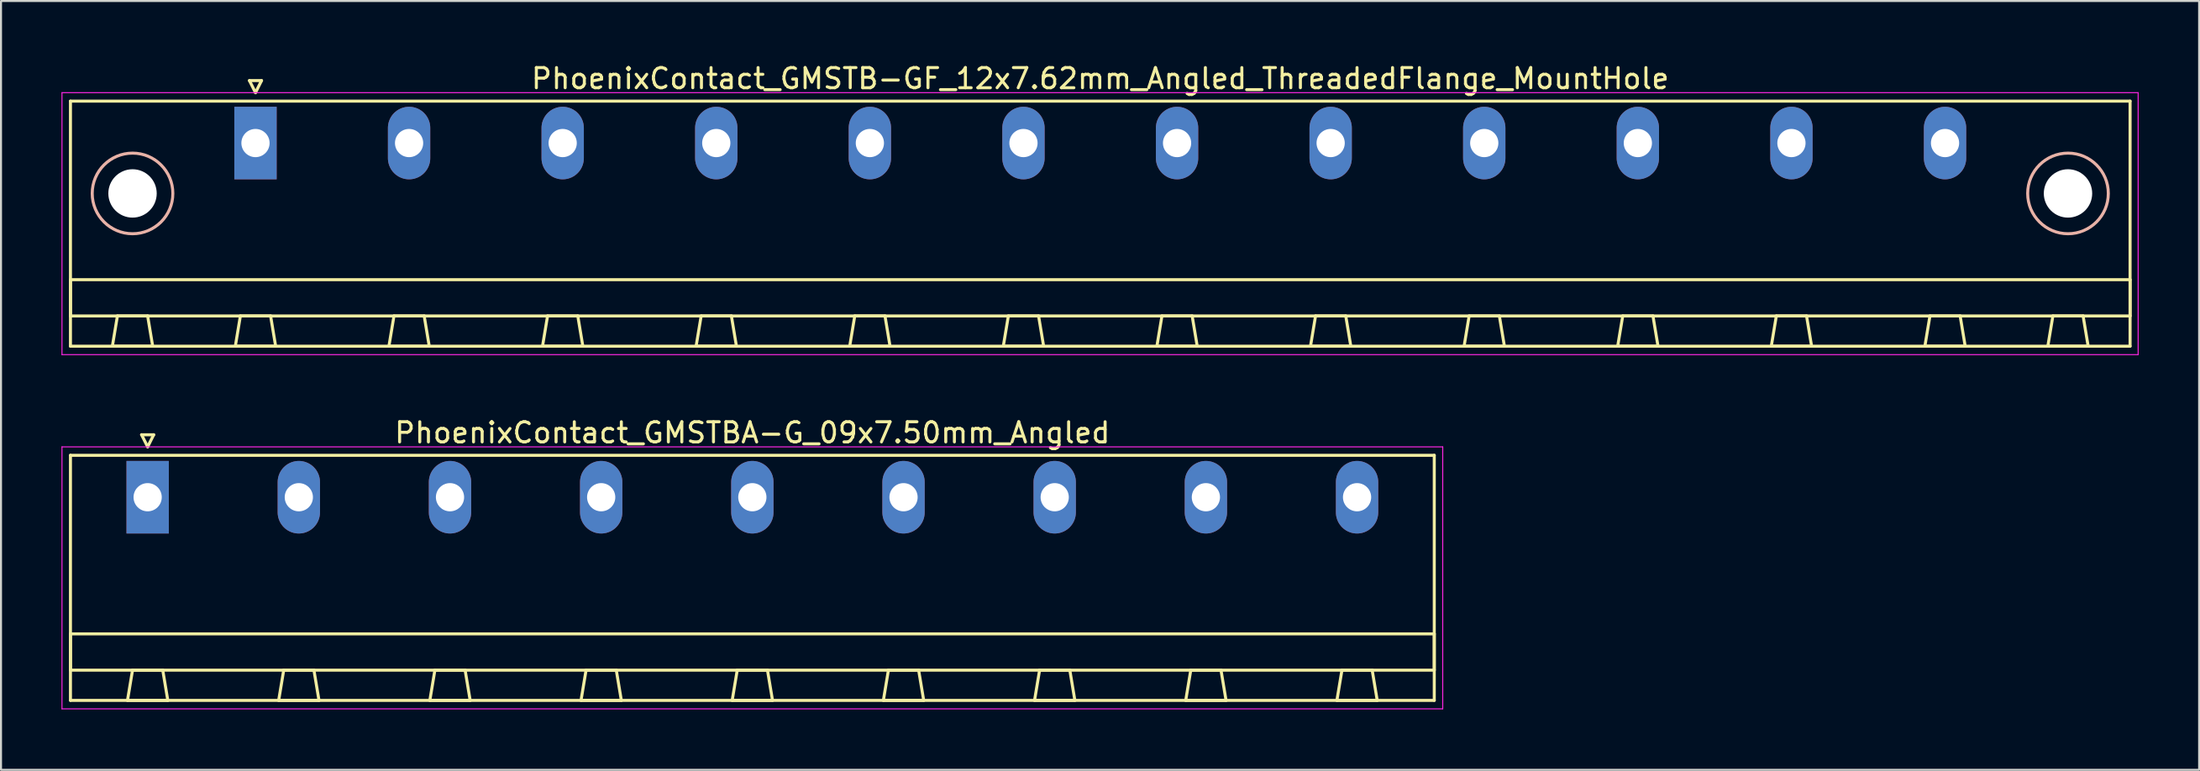
<source format=kicad_pcb>
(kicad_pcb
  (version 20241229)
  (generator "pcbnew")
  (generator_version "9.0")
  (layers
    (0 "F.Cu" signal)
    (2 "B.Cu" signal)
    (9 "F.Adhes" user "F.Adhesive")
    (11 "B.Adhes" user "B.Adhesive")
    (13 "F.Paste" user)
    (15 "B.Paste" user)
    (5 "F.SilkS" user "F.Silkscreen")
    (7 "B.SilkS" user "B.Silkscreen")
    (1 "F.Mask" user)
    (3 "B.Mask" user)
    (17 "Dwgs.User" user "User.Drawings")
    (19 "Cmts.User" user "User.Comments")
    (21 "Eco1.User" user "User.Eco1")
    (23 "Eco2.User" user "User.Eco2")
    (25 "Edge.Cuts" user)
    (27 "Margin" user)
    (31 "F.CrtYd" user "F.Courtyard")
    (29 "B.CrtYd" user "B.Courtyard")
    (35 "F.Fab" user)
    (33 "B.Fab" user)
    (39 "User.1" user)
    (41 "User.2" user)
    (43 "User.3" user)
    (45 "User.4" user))
  (footprint "PhoenixContact_GMSTB-GF_12x7.62mm_Angled_ThreadedFlange_MountHole"
    (layer "F.Cu")
    (at 9.625 4.048)
    (property "Reference" "PhoenixContact_GMSTB-GF_12x7.62mm_Angled_ThreadedFlange_MountHole" (at 41.91 -3.2 0) (layer "F.SilkS") (effects (font (size 1 1) (thickness 0.15))))
    (attr through_hole)
    (fp_line (start -9.18 -2.08) (end -9.18 10.08) (stroke (width 0.15) (type solid)) (layer "F.SilkS"))
    (fp_line (start -9.18 6.78) (end 93 6.78) (stroke (width 0.15) (type solid)) (layer "F.SilkS"))
    (fp_line (start -9.18 8.58) (end -9.18 6.78) (stroke (width 0.15) (type solid)) (layer "F.SilkS"))
    (fp_line (start -9.18 10.08) (end 93 10.08) (stroke (width 0.15) (type solid)) (layer "F.SilkS"))
    (fp_line (start -7.1 10.08) (end -5.1 10.08) (stroke (width 0.15) (type solid)) (layer "F.SilkS"))
    (fp_line (start -6.85 8.58) (end -7.1 10.08) (stroke (width 0.15) (type solid)) (layer "F.SilkS"))
    (fp_line (start -5.35 8.58) (end -6.85 8.58) (stroke (width 0.15) (type solid)) (layer "F.SilkS"))
    (fp_line (start -5.1 10.08) (end -5.35 8.58) (stroke (width 0.15) (type solid)) (layer "F.SilkS"))
    (fp_line (start -1 10.08) (end 1 10.08) (stroke (width 0.15) (type solid)) (layer "F.SilkS"))
    (fp_line (start -0.75 8.58) (end -1 10.08) (stroke (width 0.15) (type solid)) (layer "F.SilkS"))
    (fp_line (start -0.3 -3.1) (end 0 -2.5) (stroke (width 0.15) (type solid)) (layer "F.SilkS"))
    (fp_line (start 0 -2.5) (end 0.3 -3.1) (stroke (width 0.15) (type solid)) (layer "F.SilkS"))
    (fp_line (start 0.3 -3.1) (end -0.3 -3.1) (stroke (width 0.15) (type solid)) (layer "F.SilkS"))
    (fp_line (start 0.75 8.58) (end -0.75 8.58) (stroke (width 0.15) (type solid)) (layer "F.SilkS"))
    (fp_line (start 1 10.08) (end 0.75 8.58) (stroke (width 0.15) (type solid)) (layer "F.SilkS"))
    (fp_line (start 6.62 10.08) (end 8.62 10.08) (stroke (width 0.15) (type solid)) (layer "F.SilkS"))
    (fp_line (start 6.87 8.58) (end 6.62 10.08) (stroke (width 0.15) (type solid)) (layer "F.SilkS"))
    (fp_line (start 8.37 8.58) (end 6.87 8.58) (stroke (width 0.15) (type solid)) (layer "F.SilkS"))
    (fp_line (start 8.62 10.08) (end 8.37 8.58) (stroke (width 0.15) (type solid)) (layer "F.SilkS"))
    (fp_line (start 14.24 10.08) (end 16.24 10.08) (stroke (width 0.15) (type solid)) (layer "F.SilkS"))
    (fp_line (start 14.49 8.58) (end 14.24 10.08) (stroke (width 0.15) (type solid)) (layer "F.SilkS"))
    (fp_line (start 15.99 8.58) (end 14.49 8.58) (stroke (width 0.15) (type solid)) (layer "F.SilkS"))
    (fp_line (start 16.24 10.08) (end 15.99 8.58) (stroke (width 0.15) (type solid)) (layer "F.SilkS"))
    (fp_line (start 21.86 10.08) (end 23.86 10.08) (stroke (width 0.15) (type solid)) (layer "F.SilkS"))
    (fp_line (start 22.11 8.58) (end 21.86 10.08) (stroke (width 0.15) (type solid)) (layer "F.SilkS"))
    (fp_line (start 23.61 8.58) (end 22.11 8.58) (stroke (width 0.15) (type solid)) (layer "F.SilkS"))
    (fp_line (start 23.86 10.08) (end 23.61 8.58) (stroke (width 0.15) (type solid)) (layer "F.SilkS"))
    (fp_line (start 29.48 10.08) (end 31.48 10.08) (stroke (width 0.15) (type solid)) (layer "F.SilkS"))
    (fp_line (start 29.73 8.58) (end 29.48 10.08) (stroke (width 0.15) (type solid)) (layer "F.SilkS"))
    (fp_line (start 31.23 8.58) (end 29.73 8.58) (stroke (width 0.15) (type solid)) (layer "F.SilkS"))
    (fp_line (start 31.48 10.08) (end 31.23 8.58) (stroke (width 0.15) (type solid)) (layer "F.SilkS"))
    (fp_line (start 37.1 10.08) (end 39.1 10.08) (stroke (width 0.15) (type solid)) (layer "F.SilkS"))
    (fp_line (start 37.35 8.58) (end 37.1 10.08) (stroke (width 0.15) (type solid)) (layer "F.SilkS"))
    (fp_line (start 38.85 8.58) (end 37.35 8.58) (stroke (width 0.15) (type solid)) (layer "F.SilkS"))
    (fp_line (start 39.1 10.08) (end 38.85 8.58) (stroke (width 0.15) (type solid)) (layer "F.SilkS"))
    (fp_line (start 44.72 10.08) (end 46.72 10.08) (stroke (width 0.15) (type solid)) (layer "F.SilkS"))
    (fp_line (start 44.97 8.58) (end 44.72 10.08) (stroke (width 0.15) (type solid)) (layer "F.SilkS"))
    (fp_line (start 46.47 8.58) (end 44.97 8.58) (stroke (width 0.15) (type solid)) (layer "F.SilkS"))
    (fp_line (start 46.72 10.08) (end 46.47 8.58) (stroke (width 0.15) (type solid)) (layer "F.SilkS"))
    (fp_line (start 52.34 10.08) (end 54.34 10.08) (stroke (width 0.15) (type solid)) (layer "F.SilkS"))
    (fp_line (start 52.59 8.58) (end 52.34 10.08) (stroke (width 0.15) (type solid)) (layer "F.SilkS"))
    (fp_line (start 54.09 8.58) (end 52.59 8.58) (stroke (width 0.15) (type solid)) (layer "F.SilkS"))
    (fp_line (start 54.34 10.08) (end 54.09 8.58) (stroke (width 0.15) (type solid)) (layer "F.SilkS"))
    (fp_line (start 59.96 10.08) (end 61.96 10.08) (stroke (width 0.15) (type solid)) (layer "F.SilkS"))
    (fp_line (start 60.21 8.58) (end 59.96 10.08) (stroke (width 0.15) (type solid)) (layer "F.SilkS"))
    (fp_line (start 61.71 8.58) (end 60.21 8.58) (stroke (width 0.15) (type solid)) (layer "F.SilkS"))
    (fp_line (start 61.96 10.08) (end 61.71 8.58) (stroke (width 0.15) (type solid)) (layer "F.SilkS"))
    (fp_line (start 67.58 10.08) (end 69.58 10.08) (stroke (width 0.15) (type solid)) (layer "F.SilkS"))
    (fp_line (start 67.83 8.58) (end 67.58 10.08) (stroke (width 0.15) (type solid)) (layer "F.SilkS"))
    (fp_line (start 69.33 8.58) (end 67.83 8.58) (stroke (width 0.15) (type solid)) (layer "F.SilkS"))
    (fp_line (start 69.58 10.08) (end 69.33 8.58) (stroke (width 0.15) (type solid)) (layer "F.SilkS"))
    (fp_line (start 75.2 10.08) (end 77.2 10.08) (stroke (width 0.15) (type solid)) (layer "F.SilkS"))
    (fp_line (start 75.45 8.58) (end 75.2 10.08) (stroke (width 0.15) (type solid)) (layer "F.SilkS"))
    (fp_line (start 76.95 8.58) (end 75.45 8.58) (stroke (width 0.15) (type solid)) (layer "F.SilkS"))
    (fp_line (start 77.2 10.08) (end 76.95 8.58) (stroke (width 0.15) (type solid)) (layer "F.SilkS"))
    (fp_line (start 82.82 10.08) (end 84.82 10.08) (stroke (width 0.15) (type solid)) (layer "F.SilkS"))
    (fp_line (start 83.07 8.58) (end 82.82 10.08) (stroke (width 0.15) (type solid)) (layer "F.SilkS"))
    (fp_line (start 84.57 8.58) (end 83.07 8.58) (stroke (width 0.15) (type solid)) (layer "F.SilkS"))
    (fp_line (start 84.82 10.08) (end 84.57 8.58) (stroke (width 0.15) (type solid)) (layer "F.SilkS"))
    (fp_line (start 88.92 10.08) (end 90.92 10.08) (stroke (width 0.15) (type solid)) (layer "F.SilkS"))
    (fp_line (start 89.17 8.58) (end 88.92 10.08) (stroke (width 0.15) (type solid)) (layer "F.SilkS"))
    (fp_line (start 90.67 8.58) (end 89.17 8.58) (stroke (width 0.15) (type solid)) (layer "F.SilkS"))
    (fp_line (start 90.92 10.08) (end 90.67 8.58) (stroke (width 0.15) (type solid)) (layer "F.SilkS"))
    (fp_line (start 93 -2.08) (end -9.18 -2.08) (stroke (width 0.15) (type solid)) (layer "F.SilkS"))
    (fp_line (start 93 6.78) (end 93 8.58) (stroke (width 0.15) (type solid)) (layer "F.SilkS"))
    (fp_line (start 93 8.58) (end -9.18 8.58) (stroke (width 0.15) (type solid)) (layer "F.SilkS"))
    (fp_line (start 93 10.08) (end 93 -2.08) (stroke (width 0.15) (type solid)) (layer "F.SilkS"))
    (fp_circle (center -6.1 2.5) (end -4.1 2.5) (stroke (width 0.15) (type solid)) (fill no) (layer "B.SilkS"))
    (fp_circle (center 89.92 2.5) (end 91.92 2.5) (stroke (width 0.15) (type solid)) (fill no) (layer "B.SilkS"))
    (fp_line (start -9.6 -2.5) (end -9.6 10.5) (stroke (width 0.05) (type solid)) (layer "F.CrtYd"))
    (fp_line (start -9.6 10.5) (end 93.4 10.5) (stroke (width 0.05) (type solid)) (layer "F.CrtYd"))
    (fp_line (start 93.4 -2.5) (end -9.6 -2.5) (stroke (width 0.05) (type solid)) (layer "F.CrtYd"))
    (fp_line (start 93.4 10.5) (end 93.4 -2.5) (stroke (width 0.05) (type solid)) (layer "F.CrtYd"))
    (pad "" np_thru_hole circle (at -6.1 2.5) (size 2.4 2.4) (drill 2.4) (layers "*.Cu" "*.Mask"))
    (pad "" np_thru_hole circle (at 89.92 2.5) (size 2.4 2.4) (drill 2.4) (layers "*.Cu" "*.Mask"))
    (pad "1" thru_hole rect (at 0 0) (size 2.1 3.6) (drill 1.4) (layers "*.Cu" "*.Mask"))
    (pad "2" thru_hole oval (at 7.62 0) (size 2.1 3.6) (drill 1.4) (layers "*.Cu" "*.Mask"))
    (pad "3" thru_hole oval (at 15.24 0) (size 2.1 3.6) (drill 1.4) (layers "*.Cu" "*.Mask"))
    (pad "4" thru_hole oval (at 22.86 0) (size 2.1 3.6) (drill 1.4) (layers "*.Cu" "*.Mask"))
    (pad "5" thru_hole oval (at 30.48 0) (size 2.1 3.6) (drill 1.4) (layers "*.Cu" "*.Mask"))
    (pad "6" thru_hole oval (at 38.1 0) (size 2.1 3.6) (drill 1.4) (layers "*.Cu" "*.Mask"))
    (pad "7" thru_hole oval (at 45.72 0) (size 2.1 3.6) (drill 1.4) (layers "*.Cu" "*.Mask"))
    (pad "8" thru_hole oval (at 53.34 0) (size 2.1 3.6) (drill 1.4) (layers "*.Cu" "*.Mask"))
    (pad "9" thru_hole oval (at 60.96 0) (size 2.1 3.6) (drill 1.4) (layers "*.Cu" "*.Mask"))
    (pad "10" thru_hole oval (at 68.58 0) (size 2.1 3.6) (drill 1.4) (layers "*.Cu" "*.Mask"))
    (pad "11" thru_hole oval (at 76.2 0) (size 2.1 3.6) (drill 1.4) (layers "*.Cu" "*.Mask"))
    (pad "12" thru_hole oval (at 83.82 0) (size 2.1 3.6) (drill 1.4) (layers "*.Cu" "*.Mask")))
  (footprint "PhoenixContact_GMSTBA-G_09x7.50mm_Angled"
    (layer "F.Cu")
    (at 4.275 21.622)
    (property "Reference" "PhoenixContact_GMSTBA-G_09x7.50mm_Angled" (at 30 -3.2 0) (layer "F.SilkS") (effects (font (size 1 1) (thickness 0.15))))
    (attr through_hole)
    (fp_line (start -3.83 -2.08) (end -3.83 10.08) (stroke (width 0.15) (type solid)) (layer "F.SilkS"))
    (fp_line (start -3.83 6.78) (end 63.83 6.78) (stroke (width 0.15) (type solid)) (layer "F.SilkS"))
    (fp_line (start -3.83 8.58) (end -3.83 6.78) (stroke (width 0.15) (type solid)) (layer "F.SilkS"))
    (fp_line (start -3.83 10.08) (end 63.83 10.08) (stroke (width 0.15) (type solid)) (layer "F.SilkS"))
    (fp_line (start -1 10.08) (end 1 10.08) (stroke (width 0.15) (type solid)) (layer "F.SilkS"))
    (fp_line (start -0.75 8.58) (end -1 10.08) (stroke (width 0.15) (type solid)) (layer "F.SilkS"))
    (fp_line (start -0.3 -3.1) (end 0 -2.5) (stroke (width 0.15) (type solid)) (layer "F.SilkS"))
    (fp_line (start 0 -2.5) (end 0.3 -3.1) (stroke (width 0.15) (type solid)) (layer "F.SilkS"))
    (fp_line (start 0.3 -3.1) (end -0.3 -3.1) (stroke (width 0.15) (type solid)) (layer "F.SilkS"))
    (fp_line (start 0.75 8.58) (end -0.75 8.58) (stroke (width 0.15) (type solid)) (layer "F.SilkS"))
    (fp_line (start 1 10.08) (end 0.75 8.58) (stroke (width 0.15) (type solid)) (layer "F.SilkS"))
    (fp_line (start 6.5 10.08) (end 8.5 10.08) (stroke (width 0.15) (type solid)) (layer "F.SilkS"))
    (fp_line (start 6.75 8.58) (end 6.5 10.08) (stroke (width 0.15) (type solid)) (layer "F.SilkS"))
    (fp_line (start 8.25 8.58) (end 6.75 8.58) (stroke (width 0.15) (type solid)) (layer "F.SilkS"))
    (fp_line (start 8.5 10.08) (end 8.25 8.58) (stroke (width 0.15) (type solid)) (layer "F.SilkS"))
    (fp_line (start 14 10.08) (end 16 10.08) (stroke (width 0.15) (type solid)) (layer "F.SilkS"))
    (fp_line (start 14.25 8.58) (end 14 10.08) (stroke (width 0.15) (type solid)) (layer "F.SilkS"))
    (fp_line (start 15.75 8.58) (end 14.25 8.58) (stroke (width 0.15) (type solid)) (layer "F.SilkS"))
    (fp_line (start 16 10.08) (end 15.75 8.58) (stroke (width 0.15) (type solid)) (layer "F.SilkS"))
    (fp_line (start 21.5 10.08) (end 23.5 10.08) (stroke (width 0.15) (type solid)) (layer "F.SilkS"))
    (fp_line (start 21.75 8.58) (end 21.5 10.08) (stroke (width 0.15) (type solid)) (layer "F.SilkS"))
    (fp_line (start 23.25 8.58) (end 21.75 8.58) (stroke (width 0.15) (type solid)) (layer "F.SilkS"))
    (fp_line (start 23.5 10.08) (end 23.25 8.58) (stroke (width 0.15) (type solid)) (layer "F.SilkS"))
    (fp_line (start 29 10.08) (end 31 10.08) (stroke (width 0.15) (type solid)) (layer "F.SilkS"))
    (fp_line (start 29.25 8.58) (end 29 10.08) (stroke (width 0.15) (type solid)) (layer "F.SilkS"))
    (fp_line (start 30.75 8.58) (end 29.25 8.58) (stroke (width 0.15) (type solid)) (layer "F.SilkS"))
    (fp_line (start 31 10.08) (end 30.75 8.58) (stroke (width 0.15) (type solid)) (layer "F.SilkS"))
    (fp_line (start 36.5 10.08) (end 38.5 10.08) (stroke (width 0.15) (type solid)) (layer "F.SilkS"))
    (fp_line (start 36.75 8.58) (end 36.5 10.08) (stroke (width 0.15) (type solid)) (layer "F.SilkS"))
    (fp_line (start 38.25 8.58) (end 36.75 8.58) (stroke (width 0.15) (type solid)) (layer "F.SilkS"))
    (fp_line (start 38.5 10.08) (end 38.25 8.58) (stroke (width 0.15) (type solid)) (layer "F.SilkS"))
    (fp_line (start 44 10.08) (end 46 10.08) (stroke (width 0.15) (type solid)) (layer "F.SilkS"))
    (fp_line (start 44.25 8.58) (end 44 10.08) (stroke (width 0.15) (type solid)) (layer "F.SilkS"))
    (fp_line (start 45.75 8.58) (end 44.25 8.58) (stroke (width 0.15) (type solid)) (layer "F.SilkS"))
    (fp_line (start 46 10.08) (end 45.75 8.58) (stroke (width 0.15) (type solid)) (layer "F.SilkS"))
    (fp_line (start 51.5 10.08) (end 53.5 10.08) (stroke (width 0.15) (type solid)) (layer "F.SilkS"))
    (fp_line (start 51.75 8.58) (end 51.5 10.08) (stroke (width 0.15) (type solid)) (layer "F.SilkS"))
    (fp_line (start 53.25 8.58) (end 51.75 8.58) (stroke (width 0.15) (type solid)) (layer "F.SilkS"))
    (fp_line (start 53.5 10.08) (end 53.25 8.58) (stroke (width 0.15) (type solid)) (layer "F.SilkS"))
    (fp_line (start 59 10.08) (end 61 10.08) (stroke (width 0.15) (type solid)) (layer "F.SilkS"))
    (fp_line (start 59.25 8.58) (end 59 10.08) (stroke (width 0.15) (type solid)) (layer "F.SilkS"))
    (fp_line (start 60.75 8.58) (end 59.25 8.58) (stroke (width 0.15) (type solid)) (layer "F.SilkS"))
    (fp_line (start 61 10.08) (end 60.75 8.58) (stroke (width 0.15) (type solid)) (layer "F.SilkS"))
    (fp_line (start 63.83 -2.08) (end -3.83 -2.08) (stroke (width 0.15) (type solid)) (layer "F.SilkS"))
    (fp_line (start 63.83 6.78) (end 63.83 8.58) (stroke (width 0.15) (type solid)) (layer "F.SilkS"))
    (fp_line (start 63.83 8.58) (end -3.83 8.58) (stroke (width 0.15) (type solid)) (layer "F.SilkS"))
    (fp_line (start 63.83 10.08) (end 63.83 -2.08) (stroke (width 0.15) (type solid)) (layer "F.SilkS"))
    (fp_line (start -4.25 -2.5) (end -4.25 10.5) (stroke (width 0.05) (type solid)) (layer "F.CrtYd"))
    (fp_line (start -4.25 10.5) (end 64.25 10.5) (stroke (width 0.05) (type solid)) (layer "F.CrtYd"))
    (fp_line (start 64.25 -2.5) (end -4.25 -2.5) (stroke (width 0.05) (type solid)) (layer "F.CrtYd"))
    (fp_line (start 64.25 10.5) (end 64.25 -2.5) (stroke (width 0.05) (type solid)) (layer "F.CrtYd"))
    (pad "1" thru_hole rect (at 0 0) (size 2.1 3.6) (drill 1.4) (layers "*.Cu" "*.Mask"))
    (pad "2" thru_hole oval (at 7.5 0) (size 2.1 3.6) (drill 1.4) (layers "*.Cu" "*.Mask"))
    (pad "3" thru_hole oval (at 15 0) (size 2.1 3.6) (drill 1.4) (layers "*.Cu" "*.Mask"))
    (pad "4" thru_hole oval (at 22.5 0) (size 2.1 3.6) (drill 1.4) (layers "*.Cu" "*.Mask"))
    (pad "5" thru_hole oval (at 30 0) (size 2.1 3.6) (drill 1.4) (layers "*.Cu" "*.Mask"))
    (pad "6" thru_hole oval (at 37.5 0) (size 2.1 3.6) (drill 1.4) (layers "*.Cu" "*.Mask"))
    (pad "7" thru_hole oval (at 45 0) (size 2.1 3.6) (drill 1.4) (layers "*.Cu" "*.Mask"))
    (pad "8" thru_hole oval (at 52.5 0) (size 2.1 3.6) (drill 1.4) (layers "*.Cu" "*.Mask"))
    (pad "9" thru_hole oval (at 60 0) (size 2.1 3.6) (drill 1.4) (layers "*.Cu" "*.Mask")))
  (gr_rect
    (start -3 -3)
    (end 106.05 35.147)
    (stroke (width 0.1) (type default))
    (fill no)
    (layer "Edge.Cuts")))
</source>
